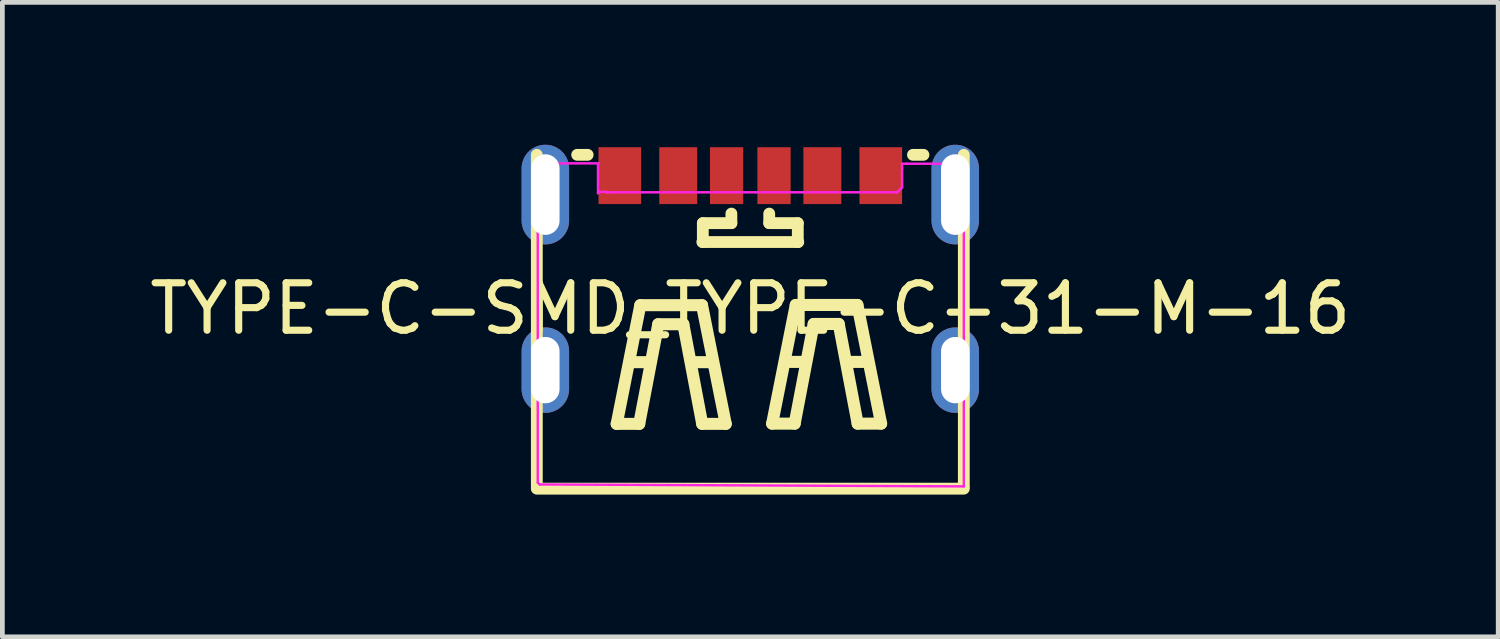
<source format=kicad_pcb>
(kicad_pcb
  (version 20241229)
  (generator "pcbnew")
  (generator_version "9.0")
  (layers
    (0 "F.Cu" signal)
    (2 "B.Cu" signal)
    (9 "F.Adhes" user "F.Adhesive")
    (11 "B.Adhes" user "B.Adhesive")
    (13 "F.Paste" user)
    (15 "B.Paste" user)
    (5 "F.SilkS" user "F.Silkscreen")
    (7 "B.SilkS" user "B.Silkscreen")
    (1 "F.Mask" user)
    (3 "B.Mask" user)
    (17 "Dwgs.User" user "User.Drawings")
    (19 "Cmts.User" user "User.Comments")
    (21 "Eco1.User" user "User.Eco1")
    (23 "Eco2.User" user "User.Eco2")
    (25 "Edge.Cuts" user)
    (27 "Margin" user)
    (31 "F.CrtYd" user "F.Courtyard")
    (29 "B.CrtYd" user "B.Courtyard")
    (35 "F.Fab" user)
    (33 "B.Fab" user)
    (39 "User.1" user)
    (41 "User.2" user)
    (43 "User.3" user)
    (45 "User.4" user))
  (footprint "TYPE-C-SMD_TYPE-C-31-M-16"
    (layer "F.Cu")
    (at 12.768 2.703)
    (property "Reference" "TYPE-C-SMD_TYPE-C-31-M-16" (at 0 0.754 0) (layer "F.SilkS") (effects (font (size 1 1) (thickness 0.15))))
    (attr through_hole)
    (fp_line (start -4.501 -2.489) (end -4.501 4.501) (stroke (width 0.249) (type solid)) (layer "F.SilkS"))
    (fp_line (start -4.501 4.549) (end 4.501 4.549) (stroke (width 0.249) (type solid)) (layer "F.SilkS"))
    (fp_line (start -3.65 -2.489) (end -3.429 -2.489) (stroke (width 0.249) (type solid)) (layer "F.SilkS"))
    (fp_line (start -2.817 3.183) (end -2.319 0.681) (stroke (width 0.254) (type solid)) (layer "F.SilkS"))
    (fp_line (start -2.517 1.882) (end -2.118 1.882) (stroke (width 0.254) (type solid)) (layer "F.SilkS"))
    (fp_line (start -2.342 3.183) (end -2.817 3.183) (stroke (width 0.254) (type solid)) (layer "F.SilkS"))
    (fp_line (start -2.319 0.681) (end -1.018 0.681) (stroke (width 0.254) (type solid)) (layer "F.SilkS"))
    (fp_line (start -1.941 1.082) (end -2.342 3.183) (stroke (width 0.254) (type solid)) (layer "F.SilkS"))
    (fp_line (start -1.412 1.082) (end -1.941 1.082) (stroke (width 0.254) (type solid)) (layer "F.SilkS"))
    (fp_line (start -1.219 1.882) (end -0.818 1.882) (stroke (width 0.254) (type solid)) (layer "F.SilkS"))
    (fp_line (start -1.018 0.681) (end -0.518 3.183) (stroke (width 0.254) (type solid)) (layer "F.SilkS"))
    (fp_line (start -1.014 3.183) (end -1.412 1.082) (stroke (width 0.254) (type solid)) (layer "F.SilkS"))
    (fp_line (start -1.011 -0.65) (end 1.011 -0.65) (stroke (width 0.249) (type solid)) (layer "F.SilkS"))
    (fp_line (start -1.001 -1.049) (end -0.399 -1.049) (stroke (width 0.249) (type solid)) (layer "F.SilkS"))
    (fp_line (start -1.001 -0.65) (end -1.001 -1.049) (stroke (width 0.249) (type solid)) (layer "F.SilkS"))
    (fp_line (start -0.518 3.183) (end -1.014 3.183) (stroke (width 0.254) (type solid)) (layer "F.SilkS"))
    (fp_line (start -0.399 -1.049) (end -0.399 -1.25) (stroke (width 0.249) (type solid)) (layer "F.SilkS"))
    (fp_line (start 0.399 -1.049) (end 0.399 -1.25) (stroke (width 0.249) (type solid)) (layer "F.SilkS"))
    (fp_line (start 0.46 3.178) (end 0.958 0.676) (stroke (width 0.254) (type solid)) (layer "F.SilkS"))
    (fp_line (start 0.759 1.877) (end 1.158 1.877) (stroke (width 0.254) (type solid)) (layer "F.SilkS"))
    (fp_line (start 0.935 3.178) (end 0.46 3.178) (stroke (width 0.254) (type solid)) (layer "F.SilkS"))
    (fp_line (start 0.958 0.676) (end 2.258 0.676) (stroke (width 0.254) (type solid)) (layer "F.SilkS"))
    (fp_line (start 1.001 -1.049) (end 0.399 -1.049) (stroke (width 0.249) (type solid)) (layer "F.SilkS"))
    (fp_line (start 1.001 -0.65) (end 1.001 -1.049) (stroke (width 0.249) (type solid)) (layer "F.SilkS"))
    (fp_line (start 1.336 1.077) (end 0.935 3.178) (stroke (width 0.254) (type solid)) (layer "F.SilkS"))
    (fp_line (start 1.864 1.077) (end 1.336 1.077) (stroke (width 0.254) (type solid)) (layer "F.SilkS"))
    (fp_line (start 2.057 1.877) (end 2.459 1.877) (stroke (width 0.254) (type solid)) (layer "F.SilkS"))
    (fp_line (start 2.258 0.676) (end 2.758 3.178) (stroke (width 0.254) (type solid)) (layer "F.SilkS"))
    (fp_line (start 2.263 3.178) (end 1.864 1.077) (stroke (width 0.254) (type solid)) (layer "F.SilkS"))
    (fp_line (start 2.758 3.178) (end 2.263 3.178) (stroke (width 0.254) (type solid)) (layer "F.SilkS"))
    (fp_line (start 3.429 -2.489) (end 3.65 -2.489) (stroke (width 0.249) (type solid)) (layer "F.SilkS"))
    (fp_line (start 4.501 -2.489) (end 4.501 4.501) (stroke (width 0.249) (type solid)) (layer "F.SilkS"))
    (fp_poly (pts (xy -3.2 -2.649) (xy -2.301 -2.649) (xy -2.301 -1.45) (xy -3.2 -1.45)) (stroke (width 0.005) (type solid)) (fill yes) (layer "F.Paste"))
    (fp_poly (pts (xy -1.92 -2.649) (xy -1.12 -2.649) (xy -1.12 -1.45) (xy -1.92 -1.45)) (stroke (width 0.005) (type solid)) (fill yes) (layer "F.Paste"))
    (fp_poly (pts (xy -0.851 -2.649) (xy -0.15 -2.649) (xy -0.15 -1.45) (xy -0.851 -1.45)) (stroke (width 0.005) (type solid)) (fill yes) (layer "F.Paste"))
    (fp_poly (pts (xy 0.15 -2.649) (xy 0.851 -2.649) (xy 0.851 -1.45) (xy 0.15 -1.45)) (stroke (width 0.005) (type solid)) (fill yes) (layer "F.Paste"))
    (fp_poly (pts (xy 1.12 -2.649) (xy 1.92 -2.649) (xy 1.92 -1.45) (xy 1.12 -1.45)) (stroke (width 0.005) (type solid)) (fill yes) (layer "F.Paste"))
    (fp_poly (pts (xy 2.301 -2.649) (xy 3.2 -2.649) (xy 3.2 -1.45) (xy 2.301 -1.45)) (stroke (width 0.005) (type solid)) (fill yes) (layer "F.Paste"))
    (fp_poly (pts (xy -4.333 -0.599) (xy -4.356 -0.602) (xy -4.381 -0.605) (xy -4.407 -0.607) (xy -4.432 -0.612) (xy -4.455 -0.62) (xy -4.478 -0.625) (xy -4.503 -0.635) (xy -4.526 -0.645) (xy -4.549 -0.655) (xy -4.569 -0.668) (xy -4.592 -0.681) (xy -4.613 -0.693) (xy -4.63 -0.709) (xy -4.651 -0.724) (xy -4.668 -0.742) (xy -4.686 -0.759) (xy -4.704 -0.78) (xy -4.719 -0.798) (xy -4.732 -0.818) (xy -4.747 -0.838) (xy -4.76 -0.861) (xy -4.77 -0.884) (xy -4.78 -0.907) (xy -4.79 -0.93) (xy -4.798 -0.953) (xy -4.806 -0.975) (xy -4.811 -1.001) (xy -4.813 -1.026) (xy -4.818 -1.049) (xy -4.818 -1.074) (xy -4.821 -1.1) (xy -4.821 -2.2) (xy -4.818 -2.225) (xy -4.818 -2.25) (xy -4.813 -2.273) (xy -4.811 -2.299) (xy -4.806 -2.324) (xy -4.798 -2.347) (xy -4.79 -2.37) (xy -4.78 -2.395) (xy -4.77 -2.418) (xy -4.76 -2.438) (xy -4.747 -2.461) (xy -4.732 -2.482) (xy -4.719 -2.502) (xy -4.704 -2.522) (xy -4.686 -2.54) (xy -4.668 -2.558) (xy -4.651 -2.576) (xy -4.63 -2.591) (xy -4.613 -2.606) (xy -4.592 -2.621) (xy -4.569 -2.634) (xy -4.549 -2.644) (xy -4.526 -2.657) (xy -4.503 -2.664) (xy -4.478 -2.675) (xy -4.455 -2.682) (xy -4.432 -2.687) (xy -4.407 -2.692) (xy -4.381 -2.695) (xy -4.356 -2.697) (xy -4.333 -2.7) (xy -4.308 -2.7) (xy -4.282 -2.697) (xy -4.257 -2.695) (xy -4.234 -2.692) (xy -4.209 -2.687) (xy -4.183 -2.682) (xy -4.16 -2.675) (xy -4.138 -2.664) (xy -4.115 -2.657) (xy -4.092 -2.644) (xy -4.069 -2.634) (xy -4.049 -2.621) (xy -4.028 -2.606) (xy -4.008 -2.591) (xy -3.988 -2.576) (xy -3.97 -2.558) (xy -3.952 -2.54) (xy -3.937 -2.522) (xy -3.922 -2.502) (xy -3.906 -2.482) (xy -3.894 -2.461) (xy -3.881 -2.438) (xy -3.868 -2.418) (xy -3.858 -2.395) (xy -3.851 -2.37) (xy -3.843 -2.347) (xy -3.835 -2.324) (xy -3.83 -2.299) (xy -3.825 -2.273) (xy -3.823 -2.25) (xy -3.82 -2.225) (xy -3.82 -2.2) (xy -3.82 -1.1) (xy -3.82 -1.074) (xy -3.823 -1.049) (xy -3.825 -1.026) (xy -3.83 -1.001) (xy -3.835 -0.975) (xy -3.843 -0.953) (xy -3.851 -0.93) (xy -3.858 -0.907) (xy -3.868 -0.884) (xy -3.881 -0.861) (xy -3.894 -0.838) (xy -3.906 -0.818) (xy -3.922 -0.798) (xy -3.937 -0.78) (xy -3.952 -0.759) (xy -3.97 -0.742) (xy -3.988 -0.724) (xy -4.008 -0.709) (xy -4.028 -0.693) (xy -4.049 -0.681) (xy -4.069 -0.668) (xy -4.092 -0.655) (xy -4.115 -0.645) (xy -4.138 -0.635) (xy -4.16 -0.625) (xy -4.183 -0.62) (xy -4.209 -0.612) (xy -4.234 -0.607) (xy -4.257 -0.605) (xy -4.282 -0.602) (xy -4.308 -0.599)) (stroke (width 0.005) (type solid)) (fill yes) (layer "F.Paste"))
    (fp_poly (pts (xy -4.333 2.949) (xy -4.356 2.949) (xy -4.381 2.946) (xy -4.407 2.941) (xy -4.432 2.936) (xy -4.455 2.931) (xy -4.478 2.924) (xy -4.503 2.916) (xy -4.526 2.906) (xy -4.549 2.896) (xy -4.569 2.883) (xy -4.592 2.87) (xy -4.613 2.855) (xy -4.63 2.84) (xy -4.651 2.825) (xy -4.668 2.807) (xy -4.686 2.789) (xy -4.704 2.771) (xy -4.719 2.751) (xy -4.732 2.731) (xy -4.747 2.71) (xy -4.76 2.69) (xy -4.77 2.667) (xy -4.78 2.644) (xy -4.79 2.621) (xy -4.798 2.598) (xy -4.806 2.573) (xy -4.811 2.55) (xy -4.813 2.525) (xy -4.818 2.499) (xy -4.818 2.474) (xy -4.821 2.451) (xy -4.821 1.651) (xy -4.818 1.626) (xy -4.818 1.6) (xy -4.813 1.575) (xy -4.811 1.552) (xy -4.806 1.526) (xy -4.798 1.504) (xy -4.79 1.478) (xy -4.78 1.455) (xy -4.77 1.433) (xy -4.76 1.41) (xy -4.747 1.389) (xy -4.732 1.369) (xy -4.719 1.349) (xy -4.704 1.328) (xy -4.686 1.311) (xy -4.668 1.293) (xy -4.651 1.275) (xy -4.63 1.26) (xy -4.613 1.245) (xy -4.592 1.229) (xy -4.569 1.217) (xy -4.549 1.204) (xy -4.526 1.194) (xy -4.503 1.184) (xy -4.478 1.176) (xy -4.455 1.168) (xy -4.432 1.163) (xy -4.407 1.158) (xy -4.381 1.153) (xy -4.356 1.151) (xy -4.333 1.151) (xy -4.308 1.151) (xy -4.282 1.151) (xy -4.257 1.153) (xy -4.234 1.158) (xy -4.209 1.163) (xy -4.183 1.168) (xy -4.16 1.176) (xy -4.138 1.184) (xy -4.115 1.194) (xy -4.092 1.204) (xy -4.069 1.217) (xy -4.049 1.229) (xy -4.028 1.245) (xy -4.008 1.26) (xy -3.988 1.275) (xy -3.97 1.293) (xy -3.952 1.311) (xy -3.937 1.328) (xy -3.922 1.349) (xy -3.906 1.369) (xy -3.894 1.389) (xy -3.881 1.41) (xy -3.868 1.433) (xy -3.858 1.455) (xy -3.851 1.478) (xy -3.843 1.504) (xy -3.835 1.526) (xy -3.83 1.552) (xy -3.825 1.575) (xy -3.823 1.6) (xy -3.82 1.626) (xy -3.82 1.651) (xy -3.82 2.451) (xy -3.82 2.474) (xy -3.823 2.499) (xy -3.825 2.525) (xy -3.83 2.55) (xy -3.835 2.573) (xy -3.843 2.598) (xy -3.851 2.621) (xy -3.858 2.644) (xy -3.868 2.667) (xy -3.881 2.69) (xy -3.894 2.71) (xy -3.906 2.731) (xy -3.922 2.751) (xy -3.937 2.771) (xy -3.952 2.789) (xy -3.97 2.807) (xy -3.988 2.825) (xy -4.008 2.84) (xy -4.028 2.855) (xy -4.049 2.87) (xy -4.069 2.883) (xy -4.092 2.896) (xy -4.115 2.906) (xy -4.138 2.916) (xy -4.16 2.924) (xy -4.183 2.931) (xy -4.209 2.936) (xy -4.234 2.941) (xy -4.257 2.946) (xy -4.282 2.949) (xy -4.308 2.949)) (stroke (width 0.005) (type solid)) (fill yes) (layer "F.Paste"))
    (fp_poly (pts (xy 4.308 -0.599) (xy 4.282 -0.602) (xy 4.257 -0.605) (xy 4.234 -0.607) (xy 4.209 -0.612) (xy 4.183 -0.62) (xy 4.16 -0.625) (xy 4.138 -0.635) (xy 4.115 -0.645) (xy 4.092 -0.655) (xy 4.069 -0.668) (xy 4.049 -0.681) (xy 4.028 -0.693) (xy 4.008 -0.709) (xy 3.99 -0.724) (xy 3.97 -0.742) (xy 3.952 -0.759) (xy 3.937 -0.78) (xy 3.922 -0.798) (xy 3.906 -0.818) (xy 3.894 -0.838) (xy 3.881 -0.861) (xy 3.868 -0.884) (xy 3.858 -0.907) (xy 3.851 -0.93) (xy 3.843 -0.953) (xy 3.835 -0.975) (xy 3.83 -1.001) (xy 3.825 -1.026) (xy 3.823 -1.049) (xy 3.82 -1.074) (xy 3.82 -1.1) (xy 3.82 -2.2) (xy 3.82 -2.225) (xy 3.823 -2.25) (xy 3.825 -2.273) (xy 3.83 -2.299) (xy 3.835 -2.324) (xy 3.843 -2.347) (xy 3.851 -2.37) (xy 3.858 -2.395) (xy 3.868 -2.418) (xy 3.881 -2.438) (xy 3.894 -2.461) (xy 3.906 -2.482) (xy 3.922 -2.502) (xy 3.937 -2.522) (xy 3.952 -2.54) (xy 3.97 -2.558) (xy 3.99 -2.576) (xy 4.008 -2.591) (xy 4.028 -2.606) (xy 4.049 -2.621) (xy 4.069 -2.634) (xy 4.092 -2.644) (xy 4.115 -2.657) (xy 4.138 -2.664) (xy 4.16 -2.675) (xy 4.183 -2.682) (xy 4.209 -2.687) (xy 4.234 -2.692) (xy 4.257 -2.695) (xy 4.282 -2.697) (xy 4.308 -2.7) (xy 4.333 -2.7) (xy 4.356 -2.697) (xy 4.381 -2.695) (xy 4.407 -2.692) (xy 4.432 -2.687) (xy 4.455 -2.682) (xy 4.478 -2.675) (xy 4.503 -2.664) (xy 4.526 -2.657) (xy 4.549 -2.644) (xy 4.569 -2.634) (xy 4.592 -2.621) (xy 4.613 -2.606) (xy 4.63 -2.591) (xy 4.651 -2.576) (xy 4.668 -2.558) (xy 4.686 -2.54) (xy 4.704 -2.522) (xy 4.719 -2.502) (xy 4.732 -2.482) (xy 4.747 -2.461) (xy 4.76 -2.438) (xy 4.77 -2.418) (xy 4.78 -2.395) (xy 4.79 -2.37) (xy 4.798 -2.347) (xy 4.806 -2.324) (xy 4.811 -2.299) (xy 4.813 -2.273) (xy 4.818 -2.25) (xy 4.818 -2.225) (xy 4.821 -2.2) (xy 4.821 -1.1) (xy 4.818 -1.074) (xy 4.818 -1.049) (xy 4.813 -1.026) (xy 4.811 -1.001) (xy 4.806 -0.975) (xy 4.798 -0.953) (xy 4.79 -0.93) (xy 4.78 -0.907) (xy 4.77 -0.884) (xy 4.76 -0.861) (xy 4.747 -0.838) (xy 4.732 -0.818) (xy 4.719 -0.798) (xy 4.704 -0.78) (xy 4.686 -0.759) (xy 4.668 -0.742) (xy 4.651 -0.724) (xy 4.63 -0.709) (xy 4.613 -0.693) (xy 4.592 -0.681) (xy 4.569 -0.668) (xy 4.549 -0.655) (xy 4.526 -0.645) (xy 4.503 -0.635) (xy 4.478 -0.625) (xy 4.455 -0.62) (xy 4.432 -0.612) (xy 4.407 -0.607) (xy 4.381 -0.605) (xy 4.356 -0.602) (xy 4.333 -0.599)) (stroke (width 0.005) (type solid)) (fill yes) (layer "F.Paste"))
    (fp_poly (pts (xy 4.308 2.949) (xy 4.282 2.949) (xy 4.257 2.946) (xy 4.234 2.941) (xy 4.209 2.936) (xy 4.183 2.931) (xy 4.16 2.924) (xy 4.138 2.916) (xy 4.115 2.906) (xy 4.092 2.896) (xy 4.069 2.883) (xy 4.049 2.87) (xy 4.028 2.855) (xy 4.008 2.84) (xy 3.99 2.825) (xy 3.97 2.807) (xy 3.952 2.789) (xy 3.937 2.771) (xy 3.922 2.751) (xy 3.906 2.731) (xy 3.894 2.71) (xy 3.881 2.69) (xy 3.868 2.667) (xy 3.858 2.644) (xy 3.851 2.621) (xy 3.843 2.598) (xy 3.835 2.573) (xy 3.83 2.55) (xy 3.825 2.525) (xy 3.823 2.499) (xy 3.82 2.474) (xy 3.82 2.451) (xy 3.82 1.651) (xy 3.82 1.626) (xy 3.823 1.6) (xy 3.825 1.575) (xy 3.83 1.552) (xy 3.835 1.526) (xy 3.843 1.504) (xy 3.851 1.478) (xy 3.858 1.455) (xy 3.868 1.433) (xy 3.881 1.41) (xy 3.894 1.389) (xy 3.906 1.369) (xy 3.922 1.349) (xy 3.937 1.328) (xy 3.952 1.311) (xy 3.97 1.293) (xy 3.99 1.275) (xy 4.008 1.26) (xy 4.028 1.245) (xy 4.049 1.229) (xy 4.069 1.217) (xy 4.092 1.204) (xy 4.115 1.194) (xy 4.138 1.184) (xy 4.16 1.176) (xy 4.183 1.168) (xy 4.209 1.163) (xy 4.234 1.158) (xy 4.257 1.153) (xy 4.282 1.151) (xy 4.308 1.151) (xy 4.333 1.151) (xy 4.356 1.151) (xy 4.381 1.153) (xy 4.407 1.158) (xy 4.432 1.163) (xy 4.455 1.168) (xy 4.478 1.176) (xy 4.503 1.184) (xy 4.526 1.194) (xy 4.549 1.204) (xy 4.569 1.217) (xy 4.592 1.229) (xy 4.613 1.245) (xy 4.63 1.26) (xy 4.651 1.275) (xy 4.668 1.293) (xy 4.686 1.311) (xy 4.704 1.328) (xy 4.719 1.349) (xy 4.732 1.369) (xy 4.747 1.389) (xy 4.76 1.41) (xy 4.77 1.433) (xy 4.78 1.455) (xy 4.79 1.478) (xy 4.798 1.504) (xy 4.806 1.526) (xy 4.811 1.552) (xy 4.813 1.575) (xy 4.818 1.6) (xy 4.818 1.626) (xy 4.821 1.651) (xy 4.821 2.451) (xy 4.818 2.474) (xy 4.818 2.499) (xy 4.813 2.525) (xy 4.811 2.55) (xy 4.806 2.573) (xy 4.798 2.598) (xy 4.79 2.621) (xy 4.78 2.644) (xy 4.77 2.667) (xy 4.76 2.69) (xy 4.747 2.71) (xy 4.732 2.731) (xy 4.719 2.751) (xy 4.704 2.771) (xy 4.686 2.789) (xy 4.668 2.807) (xy 4.651 2.825) (xy 4.63 2.84) (xy 4.613 2.855) (xy 4.592 2.87) (xy 4.569 2.883) (xy 4.549 2.896) (xy 4.526 2.906) (xy 4.503 2.916) (xy 4.478 2.924) (xy 4.455 2.931) (xy 4.432 2.936) (xy 4.407 2.941) (xy 4.381 2.946) (xy 4.356 2.949) (xy 4.333 2.949)) (stroke (width 0.005) (type solid)) (fill yes) (layer "F.Paste"))
    (fp_poly (pts (xy -4.47 -2.101) (xy -4.171 -2.101) (xy -4.171 -1.199) (xy -4.47 -1.199)) (stroke (width 0.005) (type solid)) (fill no) (layer "Eco2.User"))
    (fp_poly (pts (xy -4.47 1.651) (xy -4.171 1.651) (xy -4.171 2.451) (xy -4.47 2.451)) (stroke (width 0.005) (type solid)) (fill no) (layer "Eco2.User"))
    (fp_poly (pts (xy -3.03 -2.21) (xy -2.469 -2.21) (xy -2.469 -1.61) (xy -3.03 -1.61)) (stroke (width 0.005) (type solid)) (fill no) (layer "Eco2.User"))
    (fp_poly (pts (xy -1.801 -2.21) (xy -1.24 -2.21) (xy -1.24 -1.61) (xy -1.801 -1.61)) (stroke (width 0.005) (type solid)) (fill no) (layer "Eco2.User"))
    (fp_poly (pts (xy -0.78 -2.21) (xy -0.221 -2.21) (xy -0.221 -1.61) (xy -0.78 -1.61)) (stroke (width 0.005) (type solid)) (fill no) (layer "Eco2.User"))
    (fp_poly (pts (xy 0.221 -2.21) (xy 0.78 -2.21) (xy 0.78 -1.61) (xy 0.221 -1.61)) (stroke (width 0.005) (type solid)) (fill no) (layer "Eco2.User"))
    (fp_poly (pts (xy 1.24 -2.21) (xy 1.801 -2.21) (xy 1.801 -1.61) (xy 1.24 -1.61)) (stroke (width 0.005) (type solid)) (fill no) (layer "Eco2.User"))
    (fp_poly (pts (xy 2.469 -2.21) (xy 3.03 -2.21) (xy 3.03 -1.61) (xy 2.469 -1.61)) (stroke (width 0.005) (type solid)) (fill no) (layer "Eco2.User"))
    (fp_poly (pts (xy 4.171 -2.101) (xy 4.47 -2.101) (xy 4.47 -1.199) (xy 4.171 -1.199)) (stroke (width 0.005) (type solid)) (fill no) (layer "Eco2.User"))
    (fp_poly (pts (xy 4.171 1.651) (xy 4.47 1.651) (xy 4.47 2.451) (xy 4.171 2.451)) (stroke (width 0.005) (type solid)) (fill no) (layer "Eco2.User"))
    (fp_poly (pts (xy -4.42 -2.309) (xy -4.421 -2.321) (xy -4.424 -2.332) (xy -4.43 -2.343) (xy -4.438 -2.352) (xy -4.447 -2.36) (xy -4.457 -2.365) (xy -4.469 -2.369) (xy -4.481 -2.37) (xy -4.492 -2.369) (xy -4.504 -2.365) (xy -4.514 -2.36) (xy -4.524 -2.352) (xy -4.531 -2.343) (xy -4.537 -2.332) (xy -4.54 -2.321) (xy -4.542 -2.309) (xy -4.54 -2.297) (xy -4.537 -2.285) (xy -4.531 -2.275) (xy -4.524 -2.266) (xy -4.514 -2.258) (xy -4.504 -2.252) (xy -4.492 -2.249) (xy -4.481 -2.248) (xy -4.469 -2.249) (xy -4.457 -2.252) (xy -4.447 -2.258) (xy -4.438 -2.266) (xy -4.43 -2.275) (xy -4.424 -2.285) (xy -4.421 -2.297)) (stroke (width 0.005) (type solid)) (fill no) (layer "Eco2.User"))
    (fp_line (start -4.481 -2.291) (end -4.481 4.42) (stroke (width 0.051) (type solid)) (layer "F.CrtYd"))
    (fp_line (start -4.481 4.42) (end -4.44 4.46) (stroke (width 0.051) (type solid)) (layer "F.CrtYd"))
    (fp_line (start -4.46 -2.309) (end -4.481 -2.291) (stroke (width 0.051) (type solid)) (layer "F.CrtYd"))
    (fp_line (start -4.44 4.46) (end 4.501 4.501) (stroke (width 0.051) (type solid)) (layer "F.CrtYd"))
    (fp_line (start -3.211 -2.301) (end -3.2 -2.309) (stroke (width 0.051) (type solid)) (layer "F.CrtYd"))
    (fp_line (start -3.211 -1.679) (end -3.211 -2.301) (stroke (width 0.051) (type solid)) (layer "F.CrtYd"))
    (fp_line (start -3.2 -2.309) (end -4.46 -2.309) (stroke (width 0.051) (type solid)) (layer "F.CrtYd"))
    (fp_line (start -3.18 -1.709) (end -3.211 -1.679) (stroke (width 0.051) (type solid)) (layer "F.CrtYd"))
    (fp_line (start -3.05 -1.709) (end -3.18 -1.709) (stroke (width 0.051) (type solid)) (layer "F.CrtYd"))
    (fp_line (start -3.04 -1.699) (end -3.05 -1.709) (stroke (width 0.051) (type solid)) (layer "F.CrtYd"))
    (fp_line (start -3 -1.699) (end -3.04 -1.699) (stroke (width 0.051) (type solid)) (layer "F.CrtYd"))
    (fp_line (start 3.099 -1.699) (end -3 -1.699) (stroke (width 0.051) (type solid)) (layer "F.CrtYd"))
    (fp_line (start 3.2 -2.301) (end 3.2 -2.2) (stroke (width 0.051) (type solid)) (layer "F.CrtYd"))
    (fp_line (start 3.2 -2.2) (end 3.2 -1.801) (stroke (width 0.051) (type solid)) (layer "F.CrtYd"))
    (fp_line (start 3.2 -1.801) (end 3.099 -1.699) (stroke (width 0.051) (type solid)) (layer "F.CrtYd"))
    (fp_line (start 3.3 -2.301) (end 3.2 -2.301) (stroke (width 0.051) (type solid)) (layer "F.CrtYd"))
    (fp_line (start 4.501 -2.301) (end 3.3 -2.301) (stroke (width 0.051) (type solid)) (layer "F.CrtYd"))
    (fp_line (start 4.501 4.501) (end 4.501 -2.301) (stroke (width 0.051) (type solid)) (layer "F.CrtYd"))
    (pad "1" thru_hole oval (at -4.321 -1.651) (size 1.001 2.101) (drill oval 0.599 1.699) (layers "*.Cu" "*.Mask"))
    (pad "2" thru_hole oval (at 4.321 -1.651) (size 1.001 2.101) (drill oval 0.599 1.699) (layers "*.Cu" "*.Mask"))
    (pad "3" thru_hole oval (at -4.321 2.05) (size 1.001 1.801) (drill oval 0.599 1.399) (layers "*.Cu" "*.Mask"))
    (pad "4" thru_hole oval (at 4.321 2.05) (size 1.001 1.801) (drill oval 0.599 1.399) (layers "*.Cu" "*.Mask"))
    (pad "A5" smd rect (at -0.5 -2.05) (size 0.701 1.199) (layers "F.Cu" "F.Mask" "F.Paste"))
    (pad "A9" smd rect (at 1.519 -2.05) (size 0.8 1.199) (layers "F.Cu" "F.Mask" "F.Paste"))
    (pad "A12" smd rect (at 2.751 -2.05) (size 0.899 1.199) (layers "F.Cu" "F.Mask" "F.Paste"))
    (pad "B5" smd rect (at 0.5 -2.05) (size 0.701 1.199) (layers "F.Cu" "F.Mask" "F.Paste"))
    (pad "B9" smd rect (at -1.519 -2.05) (size 0.8 1.199) (layers "F.Cu" "F.Mask" "F.Paste"))
    (pad "B12" smd rect (at -2.751 -2.05) (size 0.899 1.199) (layers "F.Cu" "F.Mask" "F.Paste")))
  (gr_rect
    (start -3 -3)
    (end 28.535 10.376)
    (stroke (width 0.1) (type default))
    (fill no)
    (layer "Edge.Cuts")))
</source>
